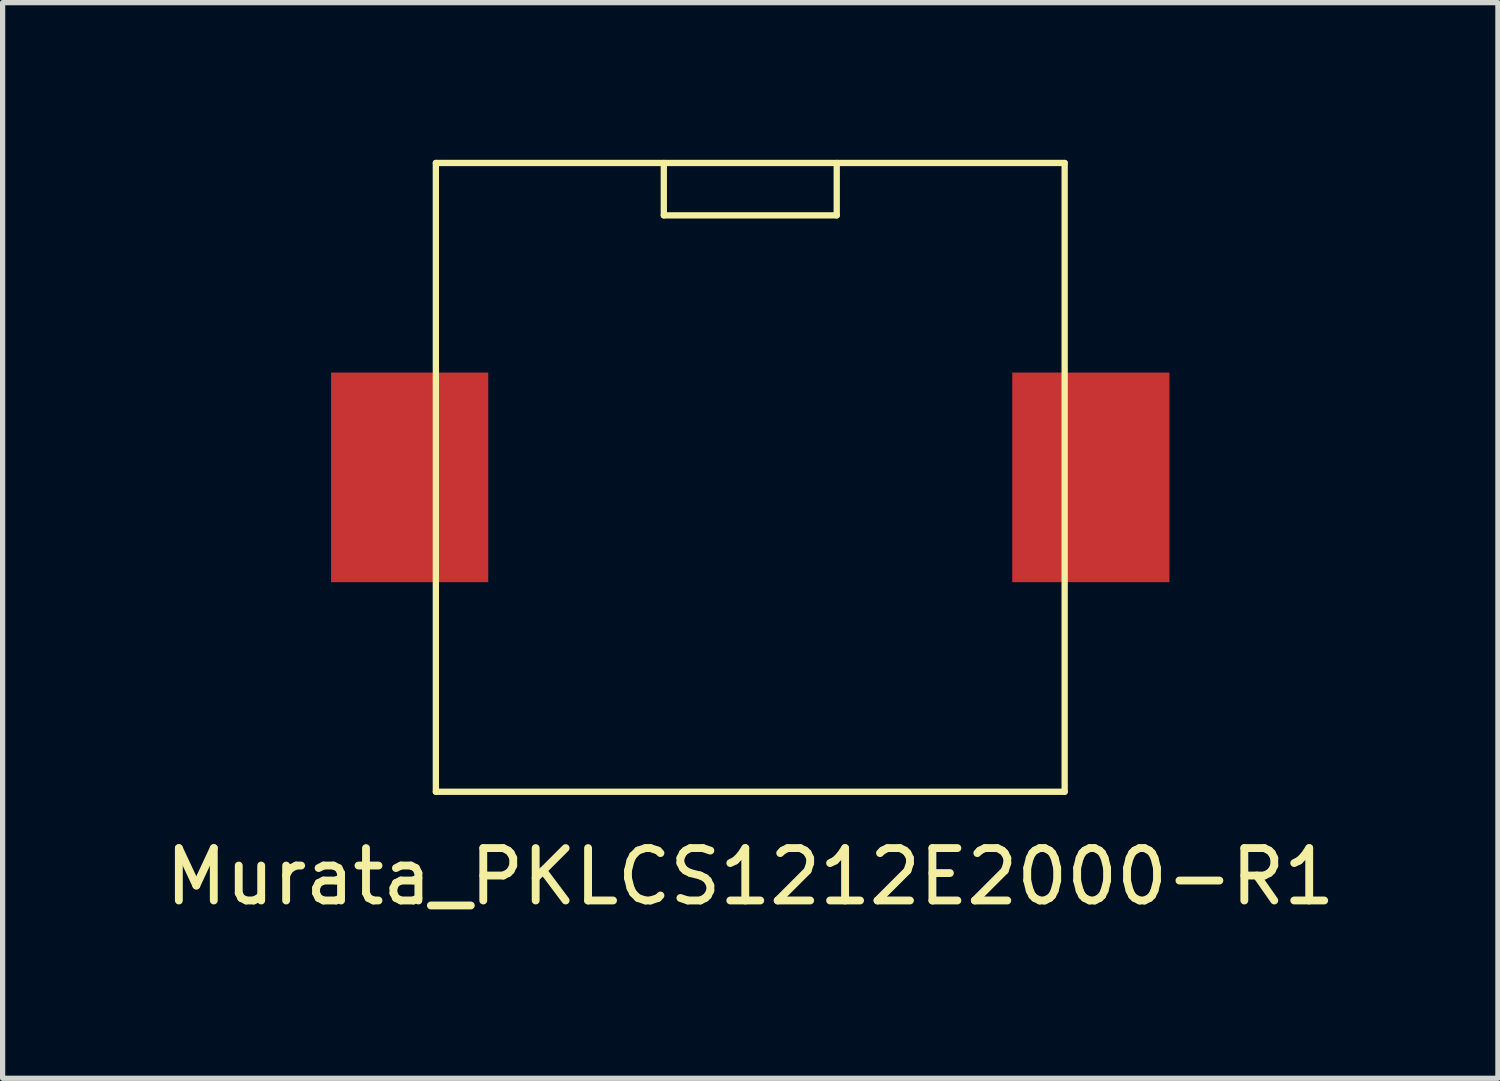
<source format=kicad_pcb>
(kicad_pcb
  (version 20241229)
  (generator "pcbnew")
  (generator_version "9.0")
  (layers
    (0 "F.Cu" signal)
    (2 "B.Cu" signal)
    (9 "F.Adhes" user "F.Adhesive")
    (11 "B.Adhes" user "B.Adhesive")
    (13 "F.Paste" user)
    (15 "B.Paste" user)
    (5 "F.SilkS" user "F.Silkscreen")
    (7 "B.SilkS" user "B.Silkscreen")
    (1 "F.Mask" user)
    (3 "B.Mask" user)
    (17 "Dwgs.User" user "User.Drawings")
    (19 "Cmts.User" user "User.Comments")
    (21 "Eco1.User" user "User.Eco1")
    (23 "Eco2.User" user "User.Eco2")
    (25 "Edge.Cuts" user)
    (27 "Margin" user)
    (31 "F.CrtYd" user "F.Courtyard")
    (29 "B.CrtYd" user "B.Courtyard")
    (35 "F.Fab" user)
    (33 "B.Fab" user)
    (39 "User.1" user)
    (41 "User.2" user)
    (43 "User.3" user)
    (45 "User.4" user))
  (footprint "Murata_PKLCS1212E2000-R1"
    (layer "F.Cu")
    (at 11.268 6.06)
    (property "Reference" "Murata_PKLCS1212E2000-R1" (at 0 7.62 0) (layer "F.SilkS") (effects (font (size 1 1) (thickness 0.15))))
    (attr through_hole)
    (fp_line (start -6 -6) (end 6 -6) (stroke (width 0.12) (type solid)) (layer "F.SilkS"))
    (fp_line (start -6 6) (end -6 -6) (stroke (width 0.12) (type solid)) (layer "F.SilkS"))
    (fp_line (start -1.65 -6) (end -1.65 -5) (stroke (width 0.12) (type solid)) (layer "F.SilkS"))
    (fp_line (start -1.65 -5) (end 1.65 -5) (stroke (width 0.12) (type solid)) (layer "F.SilkS"))
    (fp_line (start 1.65 -5) (end 1.65 -6) (stroke (width 0.12) (type solid)) (layer "F.SilkS"))
    (fp_line (start 6 -6) (end 6 6) (stroke (width 0.12) (type solid)) (layer "F.SilkS"))
    (fp_line (start 6 6) (end -6 6) (stroke (width 0.12) (type solid)) (layer "F.SilkS"))
    (pad "1" smd rect (at 6.5 0) (size 3 4) (layers "F.Cu" "F.Mask" "F.Paste"))
    (pad "2" smd rect (at -6.5 0) (size 3 4) (layers "F.Cu" "F.Mask" "F.Paste")))
  (gr_rect
    (start -3 -3)
    (end 25.536 17.528)
    (stroke (width 0.1) (type default))
    (fill no)
    (layer "Edge.Cuts")))
</source>
